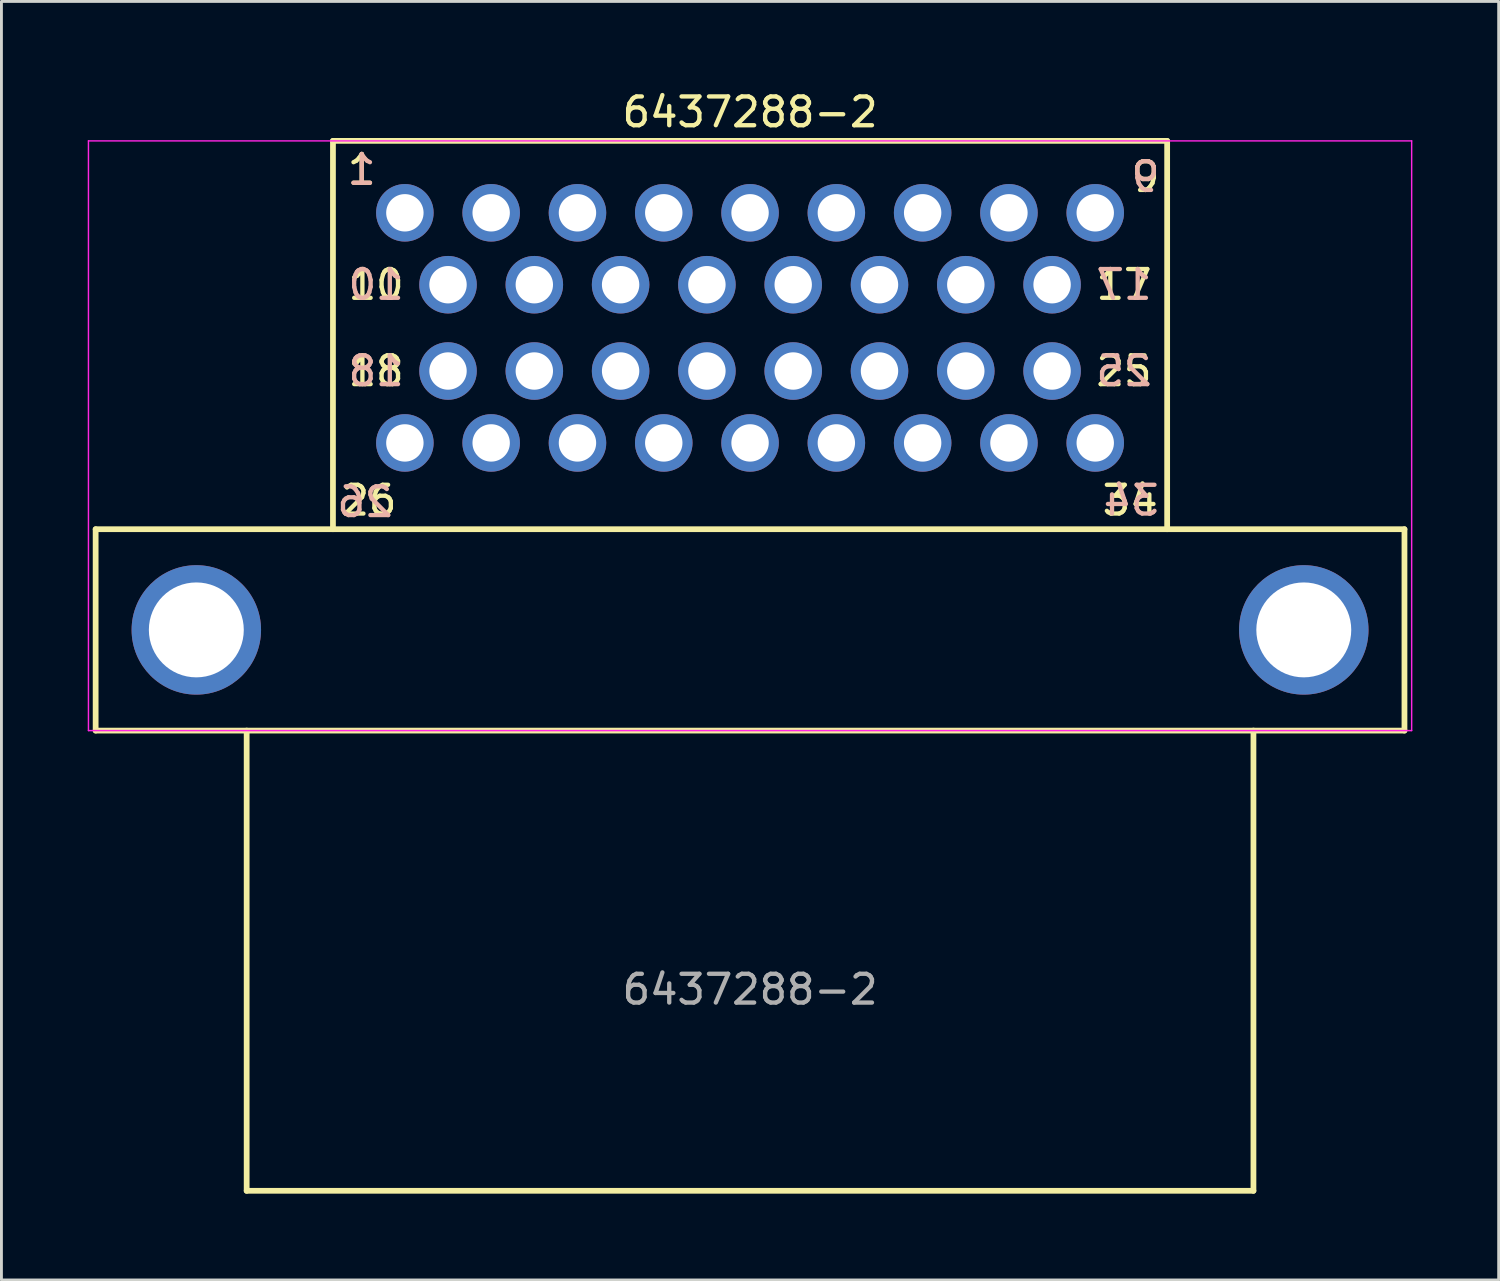
<source format=kicad_pcb>
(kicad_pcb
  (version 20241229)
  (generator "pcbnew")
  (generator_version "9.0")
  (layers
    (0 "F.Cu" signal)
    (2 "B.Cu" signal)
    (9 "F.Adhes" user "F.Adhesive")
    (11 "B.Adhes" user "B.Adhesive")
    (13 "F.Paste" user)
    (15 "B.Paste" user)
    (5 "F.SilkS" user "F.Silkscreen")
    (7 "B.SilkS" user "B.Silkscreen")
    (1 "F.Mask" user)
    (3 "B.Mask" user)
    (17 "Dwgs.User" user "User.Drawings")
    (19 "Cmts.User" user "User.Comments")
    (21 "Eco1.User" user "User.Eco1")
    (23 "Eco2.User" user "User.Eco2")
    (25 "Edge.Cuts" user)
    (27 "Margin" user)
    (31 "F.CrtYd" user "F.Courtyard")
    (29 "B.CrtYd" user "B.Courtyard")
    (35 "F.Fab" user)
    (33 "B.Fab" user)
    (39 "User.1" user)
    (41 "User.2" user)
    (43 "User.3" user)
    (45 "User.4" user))
  (footprint "6437288-2"
    (layer "F.Cu")
    (at 23.025 18.848)
    (property "Reference" "6437288-2" (at 0 -18 0) (unlocked yes) (layer "F.SilkS") (effects (font (size 1 1) (thickness 0.15))))
    (attr through_hole)
    (fp_line (start -22.75 -3.5) (end -22.75 3.5) (stroke (width 0.2) (type solid)) (layer "F.SilkS"))
    (fp_line (start -22.75 -3.5) (end 22.75 -3.5) (stroke (width 0.2) (type solid)) (layer "F.SilkS"))
    (fp_line (start -22.75 3.5) (end 22.75 3.5) (stroke (width 0.2) (type solid)) (layer "F.SilkS"))
    (fp_line (start -17.5 19.5) (end -17.5 3.5) (stroke (width 0.2) (type solid)) (layer "F.SilkS"))
    (fp_line (start -17.5 19.5) (end 17.5 19.5) (stroke (width 0.2) (type solid)) (layer "F.SilkS"))
    (fp_line (start -14.5 -17) (end -14.5 -3.5) (stroke (width 0.2) (type solid)) (layer "F.SilkS"))
    (fp_line (start -14.5 -17) (end 14.5 -17) (stroke (width 0.2) (type solid)) (layer "F.SilkS"))
    (fp_line (start 14.5 -17) (end 14.5 -3.5) (stroke (width 0.2) (type solid)) (layer "F.SilkS"))
    (fp_line (start 17.5 19.5) (end 17.5 3.5) (stroke (width 0.2) (type solid)) (layer "F.SilkS"))
    (fp_line (start 22.75 -3.5) (end 22.75 3.5) (stroke (width 0.2) (type solid)) (layer "F.SilkS"))
    (fp_line (start -23 -17) (end 23 -17) (stroke (width 0.05) (type solid)) (layer "F.CrtYd"))
    (fp_line (start -23 3.5) (end -23 -17) (stroke (width 0.05) (type solid)) (layer "F.CrtYd"))
    (fp_line (start -23 3.5) (end 23 3.5) (stroke (width 0.05) (type solid)) (layer "F.CrtYd"))
    (fp_line (start 23 -17) (end 23 3.5) (stroke (width 0.05) (type solid)) (layer "F.CrtYd"))
    (fp_text user "26" (at -13.25 -4.5 0) (unlocked yes) (layer "F.SilkS") (effects (font (size 1 1) (thickness 0.15))))
    (fp_text user "10" (at -13 -12 0) (unlocked yes) (layer "F.SilkS") (effects (font (size 1 1) (thickness 0.15))))
    (fp_text user "18" (at -13 -9 0) (unlocked yes) (layer "F.SilkS") (effects (font (size 1 1) (thickness 0.15))))
    (fp_text user "25" (at 13 -9 0) (unlocked yes) (layer "F.SilkS") (effects (font (size 1 1) (thickness 0.15))))
    (fp_text user "34" (at 13.214 -4.5 0) (unlocked yes) (layer "F.SilkS") (effects (font (size 1 1) (thickness 0.15))))
    (fp_text user "1" (at -13.5 -16 0) (unlocked yes) (layer "F.SilkS") (effects (font (size 1 1) (thickness 0.15))))
    (fp_text user "9" (at 13.75 -15.75 0) (unlocked yes) (layer "F.SilkS") (effects (font (size 1 1) (thickness 0.15))))
    (fp_text user "17" (at 13 -12 0) (unlocked yes) (layer "F.SilkS") (effects (font (size 1 1) (thickness 0.15))))
    (fp_text user "25" (at 13 -9 0) (unlocked yes) (layer "B.SilkS") (effects (font (size 1 1) (thickness 0.15)) (justify mirror)))
    (fp_text user "9" (at 13.75 -15.75 0) (unlocked yes) (layer "B.SilkS") (effects (font (size 1 1) (thickness 0.15)) (justify mirror)))
    (fp_text user "34" (at 13.25 -4.5 0) (unlocked yes) (layer "B.SilkS") (effects (font (size 1 1) (thickness 0.15)) (justify mirror)))
    (fp_text user "26" (at -13.389 -4.447 0) (unlocked yes) (layer "B.SilkS") (effects (font (size 1 1) (thickness 0.15)) (justify mirror)))
    (fp_text user "1" (at -13.5 -16 0) (unlocked yes) (layer "B.SilkS") (effects (font (size 1 1) (thickness 0.15)) (justify mirror)))
    (fp_text user "17" (at 13 -12 0) (unlocked yes) (layer "B.SilkS") (effects (font (size 1 1) (thickness 0.15)) (justify mirror)))
    (fp_text user "10" (at -13 -12 0) (unlocked yes) (layer "B.SilkS") (effects (font (size 1 1) (thickness 0.15)) (justify mirror)))
    (fp_text user "18" (at -13 -9 0) (unlocked yes) (layer "B.SilkS") (effects (font (size 1 1) (thickness 0.15)) (justify mirror)))
    (fp_text user "${REFERENCE}" (at 0 12.5 0) (unlocked yes) (layer "F.Fab") (effects (font (size 1 1) (thickness 0.15))))
    (pad "0" thru_hole circle (at -19.25 0) (size 4.5 4.5) (drill 3.3) (layers "*.Cu" "*.Mask"))
    (pad "0" thru_hole circle (at 19.25 0) (size 4.5 4.5) (drill 3.3) (layers "*.Cu" "*.Mask"))
    (pad "1" thru_hole circle (at -12 -14.5 270) (size 2 2) (drill 1.3) (layers "*.Cu" "*.Mask"))
    (pad "2" thru_hole circle (at -9 -14.5 270) (size 2 2) (drill 1.3) (layers "*.Cu" "*.Mask"))
    (pad "3" thru_hole circle (at -6 -14.5) (size 2 2) (drill 1.3) (layers "*.Cu" "*.Mask"))
    (pad "4" thru_hole circle (at -3 -14.5) (size 2 2) (drill 1.3) (layers "*.Cu" "*.Mask"))
    (pad "5" thru_hole circle (at 0 -14.5) (size 2 2) (drill 1.3) (layers "*.Cu" "*.Mask"))
    (pad "6" thru_hole circle (at 3 -14.5 270) (size 2 2) (drill 1.3) (layers "*.Cu" "*.Mask"))
    (pad "7" thru_hole circle (at 6 -14.5) (size 2 2) (drill 1.3) (layers "*.Cu" "*.Mask"))
    (pad "8" thru_hole circle (at 9 -14.5) (size 2 2) (drill 1.3) (layers "*.Cu" "*.Mask"))
    (pad "9" thru_hole circle (at 12 -14.5 90) (size 2 2) (drill 1.3) (layers "*.Cu" "*.Mask"))
    (pad "10" thru_hole circle (at -10.5 -12 270) (size 2 2) (drill 1.3) (layers "*.Cu" "*.Mask"))
    (pad "11" thru_hole circle (at -7.5 -12 270) (size 2 2) (drill 1.3) (layers "*.Cu" "*.Mask"))
    (pad "12" thru_hole circle (at -4.5 -12) (size 2 2) (drill 1.3) (layers "*.Cu" "*.Mask"))
    (pad "13" thru_hole circle (at -1.5 -12) (size 2 2) (drill 1.3) (layers "*.Cu" "*.Mask"))
    (pad "14" thru_hole circle (at 1.5 -12) (size 2 2) (drill 1.3) (layers "*.Cu" "*.Mask"))
    (pad "15" thru_hole circle (at 4.5 -12 270) (size 2 2) (drill 1.3) (layers "*.Cu" "*.Mask"))
    (pad "16" thru_hole circle (at 7.5 -12) (size 2 2) (drill 1.3) (layers "*.Cu" "*.Mask"))
    (pad "17" thru_hole circle (at 10.5 -12 90) (size 2 2) (drill 1.3) (layers "*.Cu" "*.Mask"))
    (pad "18" thru_hole circle (at -10.5 -9 270) (size 2 2) (drill 1.3) (layers "*.Cu" "*.Mask"))
    (pad "19" thru_hole circle (at -7.5 -9 270) (size 2 2) (drill 1.3) (layers "*.Cu" "*.Mask"))
    (pad "20" thru_hole circle (at -4.5 -9) (size 2 2) (drill 1.3) (layers "*.Cu" "*.Mask"))
    (pad "21" thru_hole circle (at -1.5 -9) (size 2 2) (drill 1.3) (layers "*.Cu" "*.Mask"))
    (pad "22" thru_hole circle (at 1.5 -9) (size 2 2) (drill 1.3) (layers "*.Cu" "*.Mask"))
    (pad "23" thru_hole circle (at 4.5 -9 270) (size 2 2) (drill 1.3) (layers "*.Cu" "*.Mask"))
    (pad "24" thru_hole circle (at 7.5 -9) (size 2 2) (drill 1.3) (layers "*.Cu" "*.Mask"))
    (pad "25" thru_hole circle (at 10.5 -9 90) (size 2 2) (drill 1.3) (layers "*.Cu" "*.Mask"))
    (pad "26" thru_hole circle (at -12 -6.5 270) (size 2 2) (drill 1.3) (layers "*.Cu" "*.Mask"))
    (pad "27" thru_hole circle (at -9 -6.5 270) (size 2 2) (drill 1.3) (layers "*.Cu" "*.Mask"))
    (pad "28" thru_hole circle (at -6 -6.5) (size 2 2) (drill 1.3) (layers "*.Cu" "*.Mask"))
    (pad "29" thru_hole circle (at -3 -6.5) (size 2 2) (drill 1.3) (layers "*.Cu" "*.Mask"))
    (pad "30" thru_hole circle (at 0 -6.5) (size 2 2) (drill 1.3) (layers "*.Cu" "*.Mask"))
    (pad "31" thru_hole circle (at 3 -6.5 270) (size 2 2) (drill 1.3) (layers "*.Cu" "*.Mask"))
    (pad "32" thru_hole circle (at 6 -6.5) (size 2 2) (drill 1.3) (layers "*.Cu" "*.Mask"))
    (pad "33" thru_hole circle (at 9 -6.5) (size 2 2) (drill 1.3) (layers "*.Cu" "*.Mask"))
    (pad "34" thru_hole circle (at 12 -6.5 90) (size 2 2) (drill 1.3) (layers "*.Cu" "*.Mask")))
  (gr_rect
    (start -3 -3)
    (end 49.05 41.448)
    (stroke (width 0.1) (type default))
    (fill no)
    (layer "Edge.Cuts")))
</source>
